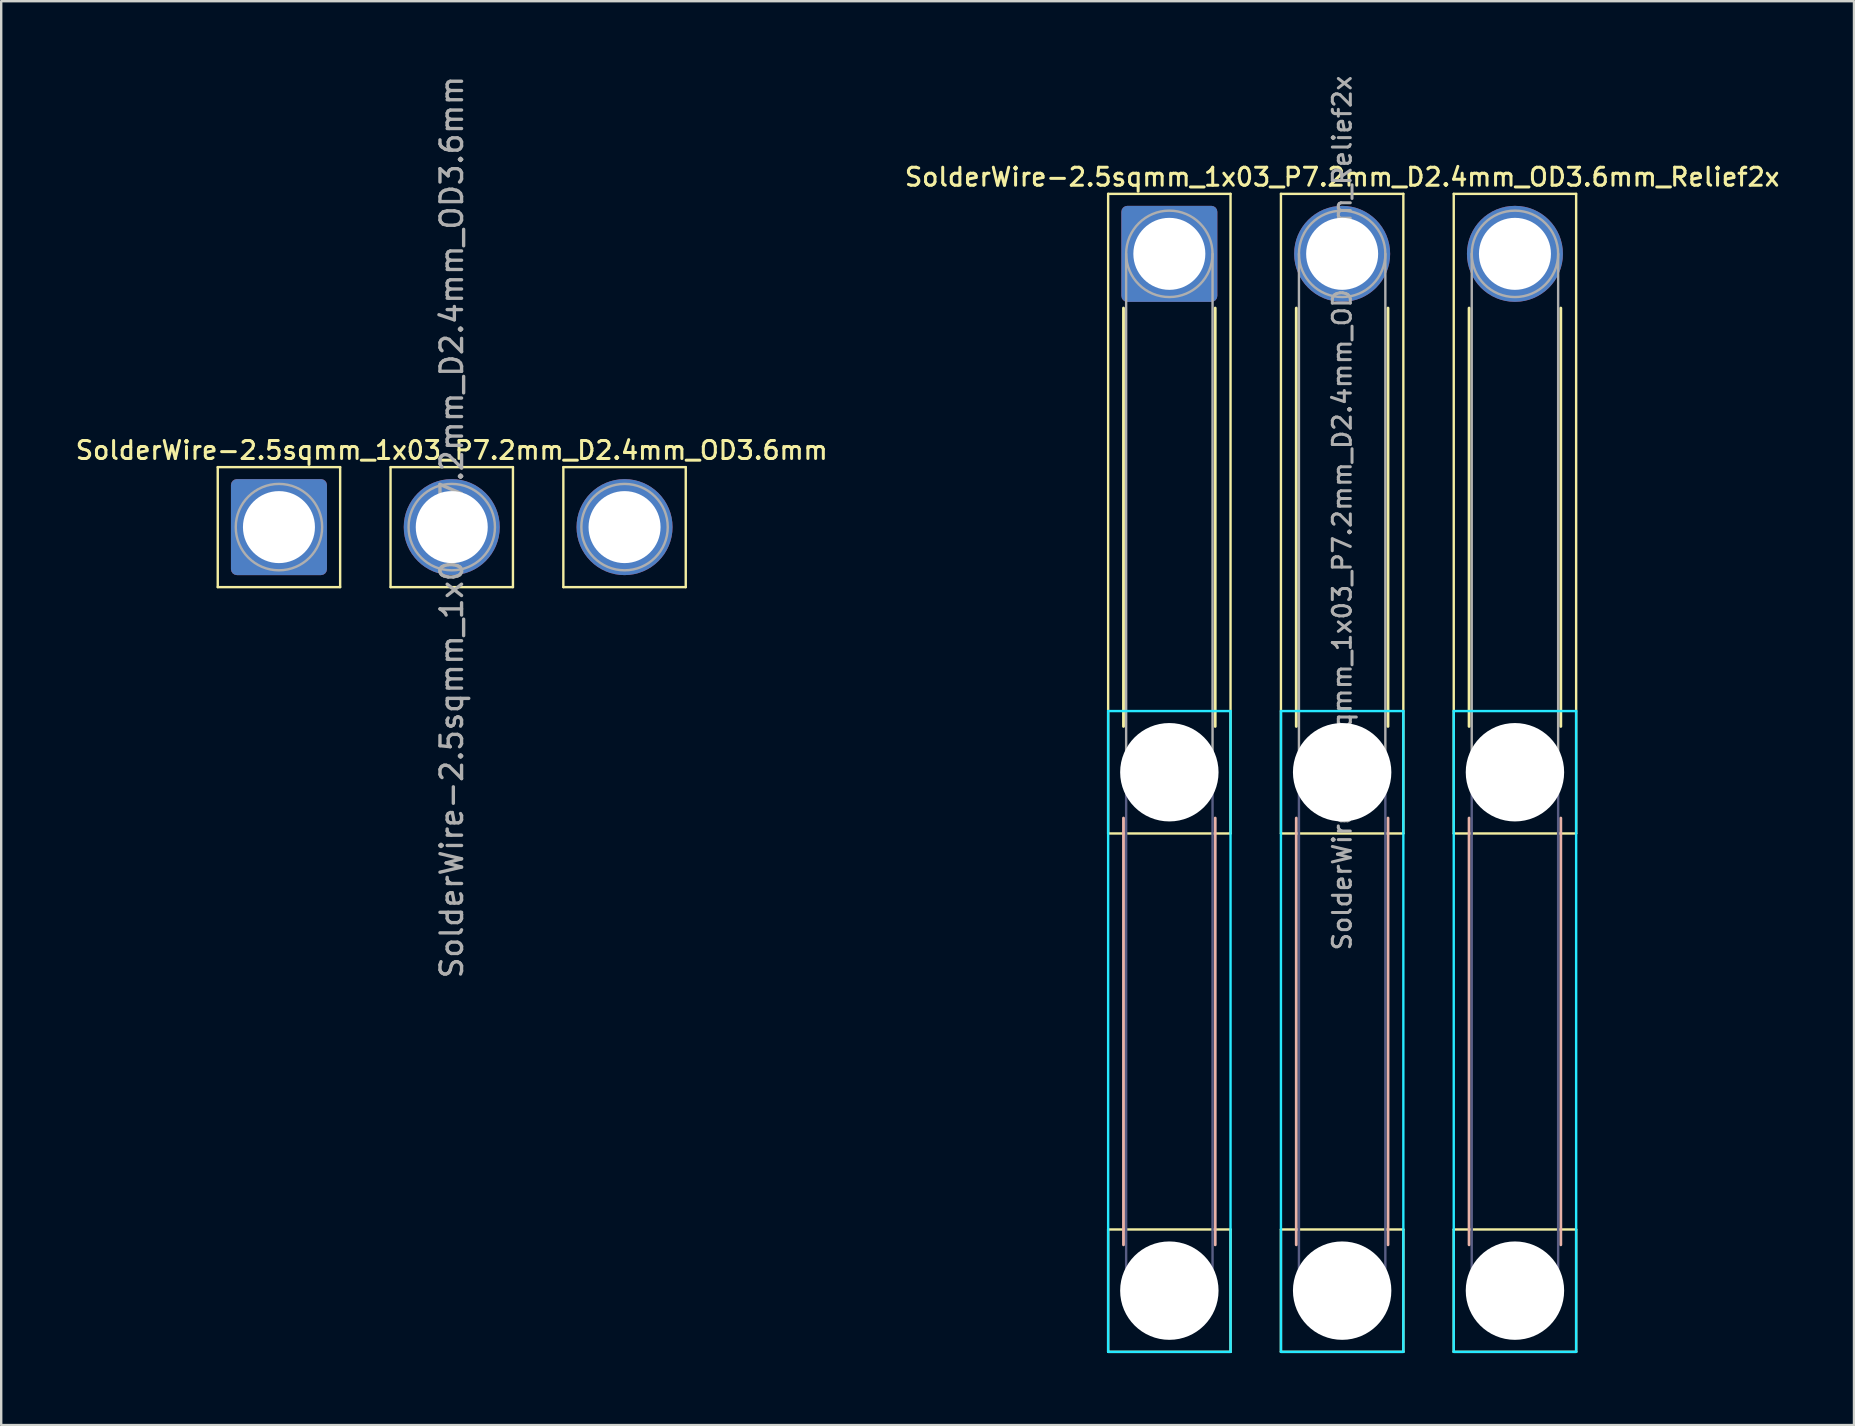
<source format=kicad_pcb>
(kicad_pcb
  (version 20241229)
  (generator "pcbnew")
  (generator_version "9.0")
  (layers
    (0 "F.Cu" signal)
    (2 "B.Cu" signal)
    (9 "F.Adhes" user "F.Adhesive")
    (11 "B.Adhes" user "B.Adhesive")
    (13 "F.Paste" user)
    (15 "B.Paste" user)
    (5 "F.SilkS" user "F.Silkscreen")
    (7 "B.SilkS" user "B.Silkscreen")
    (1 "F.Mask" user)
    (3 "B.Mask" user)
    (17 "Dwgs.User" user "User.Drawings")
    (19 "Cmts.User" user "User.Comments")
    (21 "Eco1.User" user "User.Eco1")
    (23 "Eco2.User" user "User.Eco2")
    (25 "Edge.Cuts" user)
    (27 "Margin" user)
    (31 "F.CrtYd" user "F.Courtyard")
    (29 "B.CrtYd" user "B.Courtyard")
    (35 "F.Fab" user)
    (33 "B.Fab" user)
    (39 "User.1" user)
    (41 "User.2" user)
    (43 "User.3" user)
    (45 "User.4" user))
  (footprint "SolderWire-2.5sqmm_1x03_P7.2mm_D2.4mm_OD3.6mm_Relief2x"
    (layer "F.Cu")
    (at 45.673 7.527)
    (property "Reference" "SolderWire-2.5sqmm_1x03_P7.2mm_D2.4mm_OD3.6mm_Relief2x" (at 7.2 -3.2 0) (layer "F.SilkS") (effects (font (size 0.75 0.75) (thickness 0.125))))
    (attr exclude_from_pos_files exclude_from_bom)
    (fp_line (start -2.55 -2.5) (end -2.55 24.15) (stroke (width 0.1) (type solid)) (layer "F.SilkS"))
    (fp_line (start -2.55 24.15) (end 2.55 24.15) (stroke (width 0.1) (type solid)) (layer "F.SilkS"))
    (fp_line (start -2.55 40.65) (end -2.55 45.75) (stroke (width 0.1) (type solid)) (layer "F.SilkS"))
    (fp_line (start -2.55 45.75) (end 2.55 45.75) (stroke (width 0.1) (type solid)) (layer "F.SilkS"))
    (fp_line (start -1.91 2.26) (end -1.91 19.69) (stroke (width 0.12) (type solid)) (layer "F.SilkS"))
    (fp_line (start 1.91 2.26) (end 1.91 19.69) (stroke (width 0.12) (type solid)) (layer "F.SilkS"))
    (fp_line (start 2.55 -2.5) (end -2.55 -2.5) (stroke (width 0.1) (type solid)) (layer "F.SilkS"))
    (fp_line (start 2.55 24.15) (end 2.55 -2.5) (stroke (width 0.1) (type solid)) (layer "F.SilkS"))
    (fp_line (start 2.55 40.65) (end -2.55 40.65) (stroke (width 0.1) (type solid)) (layer "F.SilkS"))
    (fp_line (start 2.55 45.75) (end 2.55 40.65) (stroke (width 0.1) (type solid)) (layer "F.SilkS"))
    (fp_line (start 4.65 -2.5) (end 4.65 24.15) (stroke (width 0.1) (type solid)) (layer "F.SilkS"))
    (fp_line (start 4.65 24.15) (end 9.75 24.15) (stroke (width 0.1) (type solid)) (layer "F.SilkS"))
    (fp_line (start 4.65 40.65) (end 4.65 45.75) (stroke (width 0.1) (type solid)) (layer "F.SilkS"))
    (fp_line (start 4.65 45.75) (end 9.75 45.75) (stroke (width 0.1) (type solid)) (layer "F.SilkS"))
    (fp_line (start 5.29 2.26) (end 5.29 19.69) (stroke (width 0.12) (type solid)) (layer "F.SilkS"))
    (fp_line (start 9.11 2.26) (end 9.11 19.69) (stroke (width 0.12) (type solid)) (layer "F.SilkS"))
    (fp_line (start 9.75 -2.5) (end 4.65 -2.5) (stroke (width 0.1) (type solid)) (layer "F.SilkS"))
    (fp_line (start 9.75 24.15) (end 9.75 -2.5) (stroke (width 0.1) (type solid)) (layer "F.SilkS"))
    (fp_line (start 9.75 40.65) (end 4.65 40.65) (stroke (width 0.1) (type solid)) (layer "F.SilkS"))
    (fp_line (start 9.75 45.75) (end 9.75 40.65) (stroke (width 0.1) (type solid)) (layer "F.SilkS"))
    (fp_line (start 11.85 -2.5) (end 11.85 24.15) (stroke (width 0.1) (type solid)) (layer "F.SilkS"))
    (fp_line (start 11.85 24.15) (end 16.95 24.15) (stroke (width 0.1) (type solid)) (layer "F.SilkS"))
    (fp_line (start 11.85 40.65) (end 11.85 45.75) (stroke (width 0.1) (type solid)) (layer "F.SilkS"))
    (fp_line (start 11.85 45.75) (end 16.95 45.75) (stroke (width 0.1) (type solid)) (layer "F.SilkS"))
    (fp_line (start 12.49 2.26) (end 12.49 19.69) (stroke (width 0.12) (type solid)) (layer "F.SilkS"))
    (fp_line (start 16.31 2.26) (end 16.31 19.69) (stroke (width 0.12) (type solid)) (layer "F.SilkS"))
    (fp_line (start 16.95 -2.5) (end 11.85 -2.5) (stroke (width 0.1) (type solid)) (layer "F.SilkS"))
    (fp_line (start 16.95 24.15) (end 16.95 -2.5) (stroke (width 0.1) (type solid)) (layer "F.SilkS"))
    (fp_line (start 16.95 40.65) (end 11.85 40.65) (stroke (width 0.1) (type solid)) (layer "F.SilkS"))
    (fp_line (start 16.95 45.75) (end 16.95 40.65) (stroke (width 0.1) (type solid)) (layer "F.SilkS"))
    (fp_line (start -1.91 23.51) (end -1.91 41.29) (stroke (width 0.12) (type solid)) (layer "B.SilkS"))
    (fp_line (start 1.91 23.51) (end 1.91 41.29) (stroke (width 0.12) (type solid)) (layer "B.SilkS"))
    (fp_line (start 5.29 23.51) (end 5.29 41.29) (stroke (width 0.12) (type solid)) (layer "B.SilkS"))
    (fp_line (start 9.11 23.51) (end 9.11 41.29) (stroke (width 0.12) (type solid)) (layer "B.SilkS"))
    (fp_line (start 12.49 23.51) (end 12.49 41.29) (stroke (width 0.12) (type solid)) (layer "B.SilkS"))
    (fp_line (start 16.31 23.51) (end 16.31 41.29) (stroke (width 0.12) (type solid)) (layer "B.SilkS"))
    (fp_line (start -2.55 19.05) (end -2.55 45.75) (stroke (width 0.1) (type solid)) (layer "B.CrtYd"))
    (fp_line (start -2.55 45.75) (end 2.55 45.75) (stroke (width 0.1) (type solid)) (layer "B.CrtYd"))
    (fp_line (start 2.55 19.05) (end -2.55 19.05) (stroke (width 0.1) (type solid)) (layer "B.CrtYd"))
    (fp_line (start 2.55 45.75) (end 2.55 19.05) (stroke (width 0.1) (type solid)) (layer "B.CrtYd"))
    (fp_line (start 4.65 19.05) (end 4.65 45.75) (stroke (width 0.1) (type solid)) (layer "B.CrtYd"))
    (fp_line (start 4.65 45.75) (end 9.75 45.75) (stroke (width 0.1) (type solid)) (layer "B.CrtYd"))
    (fp_line (start 9.75 19.05) (end 4.65 19.05) (stroke (width 0.1) (type solid)) (layer "B.CrtYd"))
    (fp_line (start 9.75 45.75) (end 9.75 19.05) (stroke (width 0.1) (type solid)) (layer "B.CrtYd"))
    (fp_line (start 11.85 19.05) (end 11.85 45.75) (stroke (width 0.1) (type solid)) (layer "B.CrtYd"))
    (fp_line (start 11.85 45.75) (end 16.95 45.75) (stroke (width 0.1) (type solid)) (layer "B.CrtYd"))
    (fp_line (start 16.95 19.05) (end 11.85 19.05) (stroke (width 0.1) (type solid)) (layer "B.CrtYd"))
    (fp_line (start 16.95 45.75) (end 16.95 19.05) (stroke (width 0.1) (type solid)) (layer "B.CrtYd"))
    (fp_line (start -1.8 21.6) (end -1.8 43.2) (stroke (width 0.1) (type solid)) (layer "B.Fab"))
    (fp_line (start 1.8 21.6) (end 1.8 43.2) (stroke (width 0.1) (type solid)) (layer "B.Fab"))
    (fp_line (start 5.4 21.6) (end 5.4 43.2) (stroke (width 0.1) (type solid)) (layer "B.Fab"))
    (fp_line (start 9 21.6) (end 9 43.2) (stroke (width 0.1) (type solid)) (layer "B.Fab"))
    (fp_line (start 12.6 21.6) (end 12.6 43.2) (stroke (width 0.1) (type solid)) (layer "B.Fab"))
    (fp_line (start 16.2 21.6) (end 16.2 43.2) (stroke (width 0.1) (type solid)) (layer "B.Fab"))
    (fp_circle (center 0 21.6) (end 1.8 21.6) (stroke (width 0.1) (type solid)) (fill no) (layer "B.Fab"))
    (fp_circle (center 0 43.2) (end 1.8 43.2) (stroke (width 0.1) (type solid)) (fill no) (layer "B.Fab"))
    (fp_circle (center 7.2 21.6) (end 9 21.6) (stroke (width 0.1) (type solid)) (fill no) (layer "B.Fab"))
    (fp_circle (center 7.2 43.2) (end 9 43.2) (stroke (width 0.1) (type solid)) (fill no) (layer "B.Fab"))
    (fp_circle (center 14.4 21.6) (end 16.2 21.6) (stroke (width 0.1) (type solid)) (fill no) (layer "B.Fab"))
    (fp_circle (center 14.4 43.2) (end 16.2 43.2) (stroke (width 0.1) (type solid)) (fill no) (layer "B.Fab"))
    (fp_line (start -1.8 0) (end -1.8 21.6) (stroke (width 0.1) (type solid)) (layer "F.Fab"))
    (fp_line (start 1.8 0) (end 1.8 21.6) (stroke (width 0.1) (type solid)) (layer "F.Fab"))
    (fp_line (start 5.4 0) (end 5.4 21.6) (stroke (width 0.1) (type solid)) (layer "F.Fab"))
    (fp_line (start 9 0) (end 9 21.6) (stroke (width 0.1) (type solid)) (layer "F.Fab"))
    (fp_line (start 12.6 0) (end 12.6 21.6) (stroke (width 0.1) (type solid)) (layer "F.Fab"))
    (fp_line (start 16.2 0) (end 16.2 21.6) (stroke (width 0.1) (type solid)) (layer "F.Fab"))
    (fp_circle (center 0 0) (end 1.8 0) (stroke (width 0.1) (type solid)) (fill no) (layer "F.Fab"))
    (fp_circle (center 0 21.6) (end 1.8 21.6) (stroke (width 0.1) (type solid)) (fill no) (layer "F.Fab"))
    (fp_circle (center 0 43.2) (end 1.8 43.2) (stroke (width 0.1) (type solid)) (fill no) (layer "F.Fab"))
    (fp_circle (center 7.2 0) (end 9 0) (stroke (width 0.1) (type solid)) (fill no) (layer "F.Fab"))
    (fp_circle (center 7.2 21.6) (end 9 21.6) (stroke (width 0.1) (type solid)) (fill no) (layer "F.Fab"))
    (fp_circle (center 7.2 43.2) (end 9 43.2) (stroke (width 0.1) (type solid)) (fill no) (layer "F.Fab"))
    (fp_circle (center 14.4 0) (end 16.2 0) (stroke (width 0.1) (type solid)) (fill no) (layer "F.Fab"))
    (fp_circle (center 14.4 21.6) (end 16.2 21.6) (stroke (width 0.1) (type solid)) (fill no) (layer "F.Fab"))
    (fp_circle (center 14.4 43.2) (end 16.2 43.2) (stroke (width 0.1) (type solid)) (fill no) (layer "F.Fab"))
    (fp_text user "${REFERENCE}" (at 7.2 10.8 90) (layer "F.Fab") (effects (font (size 0.75 0.75) (thickness 0.125))))
    (pad "" np_thru_hole circle (at 0 21.6) (size 4.1 4.1) (drill 4.1) (layers "*.Cu" "*.Mask"))
    (pad "" np_thru_hole circle (at 0 43.2) (size 4.1 4.1) (drill 4.1) (layers "*.Cu" "*.Mask"))
    (pad "" np_thru_hole circle (at 7.2 21.6) (size 4.1 4.1) (drill 4.1) (layers "*.Cu" "*.Mask"))
    (pad "" np_thru_hole circle (at 7.2 43.2) (size 4.1 4.1) (drill 4.1) (layers "*.Cu" "*.Mask"))
    (pad "" np_thru_hole circle (at 14.4 21.6) (size 4.1 4.1) (drill 4.1) (layers "*.Cu" "*.Mask"))
    (pad "" np_thru_hole circle (at 14.4 43.2) (size 4.1 4.1) (drill 4.1) (layers "*.Cu" "*.Mask"))
    (pad "1" thru_hole roundrect (at 0 0) (size 4 4) (drill 3) (layers "*.Cu" "*.Mask") (roundrect_rratio 0.062))
    (pad "2" thru_hole circle (at 7.2 0) (size 4 4) (drill 3) (layers "*.Cu" "*.Mask"))
    (pad "3" thru_hole circle (at 14.4 0) (size 4 4) (drill 3) (layers "*.Cu" "*.Mask")))
  (footprint "SolderWire-2.5sqmm_1x03_P7.2mm_D2.4mm_OD3.6mm"
    (layer "F.Cu")
    (at 8.573 18.913)
    (property "Reference" "SolderWire-2.5sqmm_1x03_P7.2mm_D2.4mm_OD3.6mm" (at 7.2 -3.2 0) (layer "F.SilkS") (effects (font (size 0.75 0.75) (thickness 0.125))))
    (attr exclude_from_pos_files exclude_from_bom)
    (fp_line (start -2.55 -2.5) (end -2.55 2.5) (stroke (width 0.1) (type solid)) (layer "F.SilkS"))
    (fp_line (start -2.55 2.5) (end 2.55 2.5) (stroke (width 0.1) (type solid)) (layer "F.SilkS"))
    (fp_line (start 2.55 -2.5) (end -2.55 -2.5) (stroke (width 0.1) (type solid)) (layer "F.SilkS"))
    (fp_line (start 2.55 2.5) (end 2.55 -2.5) (stroke (width 0.1) (type solid)) (layer "F.SilkS"))
    (fp_line (start 4.65 -2.5) (end 4.65 2.5) (stroke (width 0.1) (type solid)) (layer "F.SilkS"))
    (fp_line (start 4.65 2.5) (end 9.75 2.5) (stroke (width 0.1) (type solid)) (layer "F.SilkS"))
    (fp_line (start 9.75 -2.5) (end 4.65 -2.5) (stroke (width 0.1) (type solid)) (layer "F.SilkS"))
    (fp_line (start 9.75 2.5) (end 9.75 -2.5) (stroke (width 0.1) (type solid)) (layer "F.SilkS"))
    (fp_line (start 11.85 -2.5) (end 11.85 2.5) (stroke (width 0.1) (type solid)) (layer "F.SilkS"))
    (fp_line (start 11.85 2.5) (end 16.95 2.5) (stroke (width 0.1) (type solid)) (layer "F.SilkS"))
    (fp_line (start 16.95 -2.5) (end 11.85 -2.5) (stroke (width 0.1) (type solid)) (layer "F.SilkS"))
    (fp_line (start 16.95 2.5) (end 16.95 -2.5) (stroke (width 0.1) (type solid)) (layer "F.SilkS"))
    (fp_circle (center 0 0) (end 1.8 0) (stroke (width 0.1) (type solid)) (fill no) (layer "F.Fab"))
    (fp_circle (center 7.2 0) (end 9 0) (stroke (width 0.1) (type solid)) (fill no) (layer "F.Fab"))
    (fp_circle (center 14.4 0) (end 16.2 0) (stroke (width 0.1) (type solid)) (fill no) (layer "F.Fab"))
    (fp_text user "${REFERENCE}" (at 7.2 0 90) (layer "F.Fab") (effects (font (size 0.9 0.9) (thickness 0.14))))
    (pad "1" thru_hole roundrect (at 0 0) (size 4 4) (drill 3) (layers "*.Cu" "*.Mask") (roundrect_rratio 0.062))
    (pad "2" thru_hole circle (at 7.2 0) (size 4 4) (drill 3) (layers "*.Cu" "*.Mask"))
    (pad "3" thru_hole circle (at 14.4 0) (size 4 4) (drill 3) (layers "*.Cu" "*.Mask")))
  (gr_rect
    (start -3 -3)
    (end 74.2 56.327)
    (stroke (width 0.1) (type default))
    (fill no)
    (layer "Edge.Cuts")))
</source>
